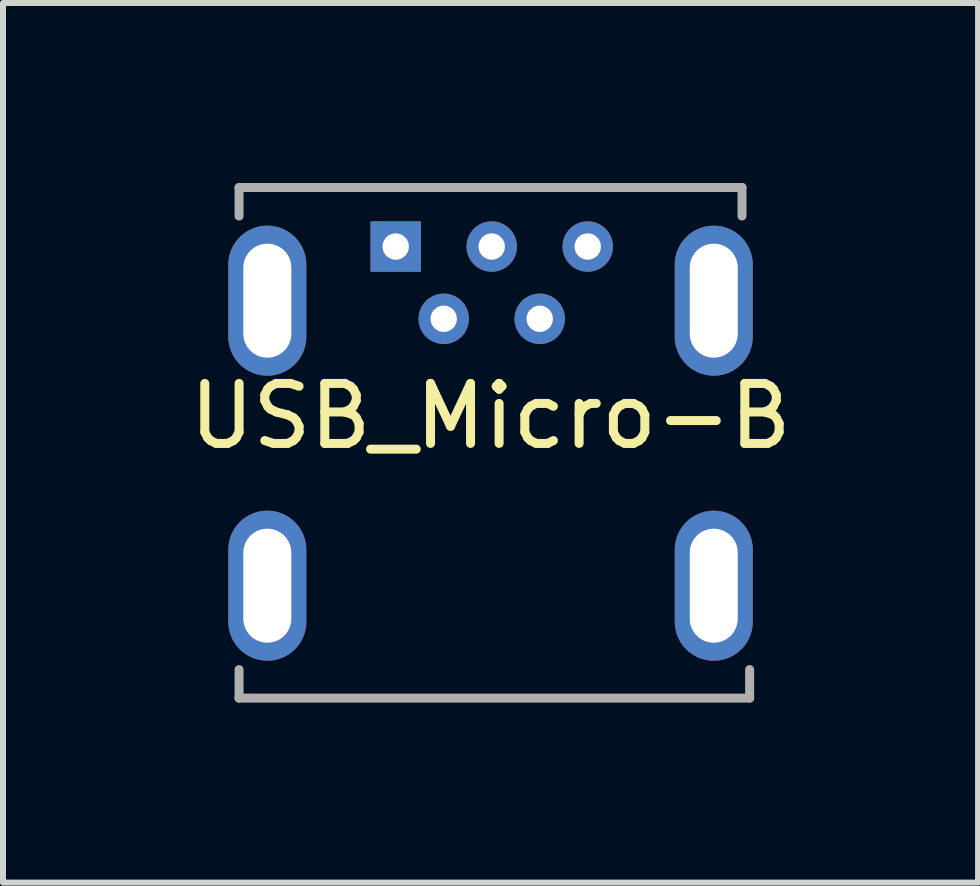
<source format=kicad_pcb>
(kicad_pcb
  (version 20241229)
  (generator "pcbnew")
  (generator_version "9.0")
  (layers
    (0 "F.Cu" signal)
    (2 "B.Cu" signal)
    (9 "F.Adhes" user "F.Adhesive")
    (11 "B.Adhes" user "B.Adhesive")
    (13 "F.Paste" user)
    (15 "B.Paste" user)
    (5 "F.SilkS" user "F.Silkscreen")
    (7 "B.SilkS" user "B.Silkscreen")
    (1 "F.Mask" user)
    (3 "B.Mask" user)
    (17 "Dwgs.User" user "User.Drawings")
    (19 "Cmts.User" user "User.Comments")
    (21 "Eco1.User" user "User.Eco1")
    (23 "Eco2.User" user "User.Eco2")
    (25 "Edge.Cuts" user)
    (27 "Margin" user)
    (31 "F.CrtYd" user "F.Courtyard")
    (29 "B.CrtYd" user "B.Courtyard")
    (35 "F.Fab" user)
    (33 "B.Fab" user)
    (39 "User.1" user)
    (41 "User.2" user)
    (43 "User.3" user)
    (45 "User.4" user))
  (footprint "USB_Micro-B"
    (layer "F.Cu")
    (at 5.125 3.885)
    (property "Reference" "USB_Micro-B" (at 0 0 180) (layer "F.SilkS") (effects (font (size 1 1) (thickness 0.15))))
    (attr through_hole)
    (fp_line (start -4.191 -3.81) (end 4.191 -3.81) (stroke (width 0.15) (type solid)) (layer "F.Fab"))
    (fp_line (start -4.191 -3.335) (end -4.191 -3.81) (stroke (width 0.15) (type solid)) (layer "F.Fab"))
    (fp_line (start -4.191 4.224) (end -4.191 4.699) (stroke (width 0.15) (type solid)) (layer "F.Fab"))
    (fp_line (start -4.191 4.699) (end 4.318 4.699) (stroke (width 0.15) (type solid)) (layer "F.Fab"))
    (fp_line (start 4.191 -3.81) (end 4.191 -3.335) (stroke (width 0.15) (type solid)) (layer "F.Fab"))
    (fp_line (start 4.318 4.699) (end 4.318 4.224) (stroke (width 0.15) (type solid)) (layer "F.Fab"))
    (pad "1" thru_hole rect (at -1.58 -2.826) (size 0.84 0.84) (drill 0.44) (layers "*.Cu" "*.Mask"))
    (pad "2" thru_hole circle (at -0.78 -1.622) (size 0.84 0.84) (drill 0.44) (layers "*.Cu" "*.Mask"))
    (pad "3" thru_hole circle (at 0.02 -2.826) (size 0.84 0.84) (drill 0.44) (layers "*.Cu" "*.Mask"))
    (pad "4" thru_hole circle (at 0.82 -1.622) (size 0.84 0.84) (drill 0.44) (layers "*.Cu" "*.Mask"))
    (pad "5" thru_hole circle (at 1.62 -2.826) (size 0.84 0.84) (drill 0.44) (layers "*.Cu" "*.Mask"))
    (pad "6" thru_hole oval (at -3.72 -1.924) (size 1.3 2.5) (drill oval 0.8 1.9) (layers "*.Cu" "*.Mask"))
    (pad "6" thru_hole oval (at -3.72 2.826) (size 1.3 2.5) (drill oval 0.8 1.9) (layers "*.Cu" "*.Mask"))
    (pad "6" thru_hole oval (at 3.72 -1.924) (size 1.3 2.5) (drill oval 0.8 1.9) (layers "*.Cu" "*.Mask"))
    (pad "6" thru_hole oval (at 3.72 2.826) (size 1.3 2.5) (drill oval 0.8 1.9) (layers "*.Cu" "*.Mask")))
  (gr_rect
    (start -3 -3)
    (end 13.25 11.659)
    (stroke (width 0.1) (type default))
    (fill no)
    (layer "Edge.Cuts")))
</source>
